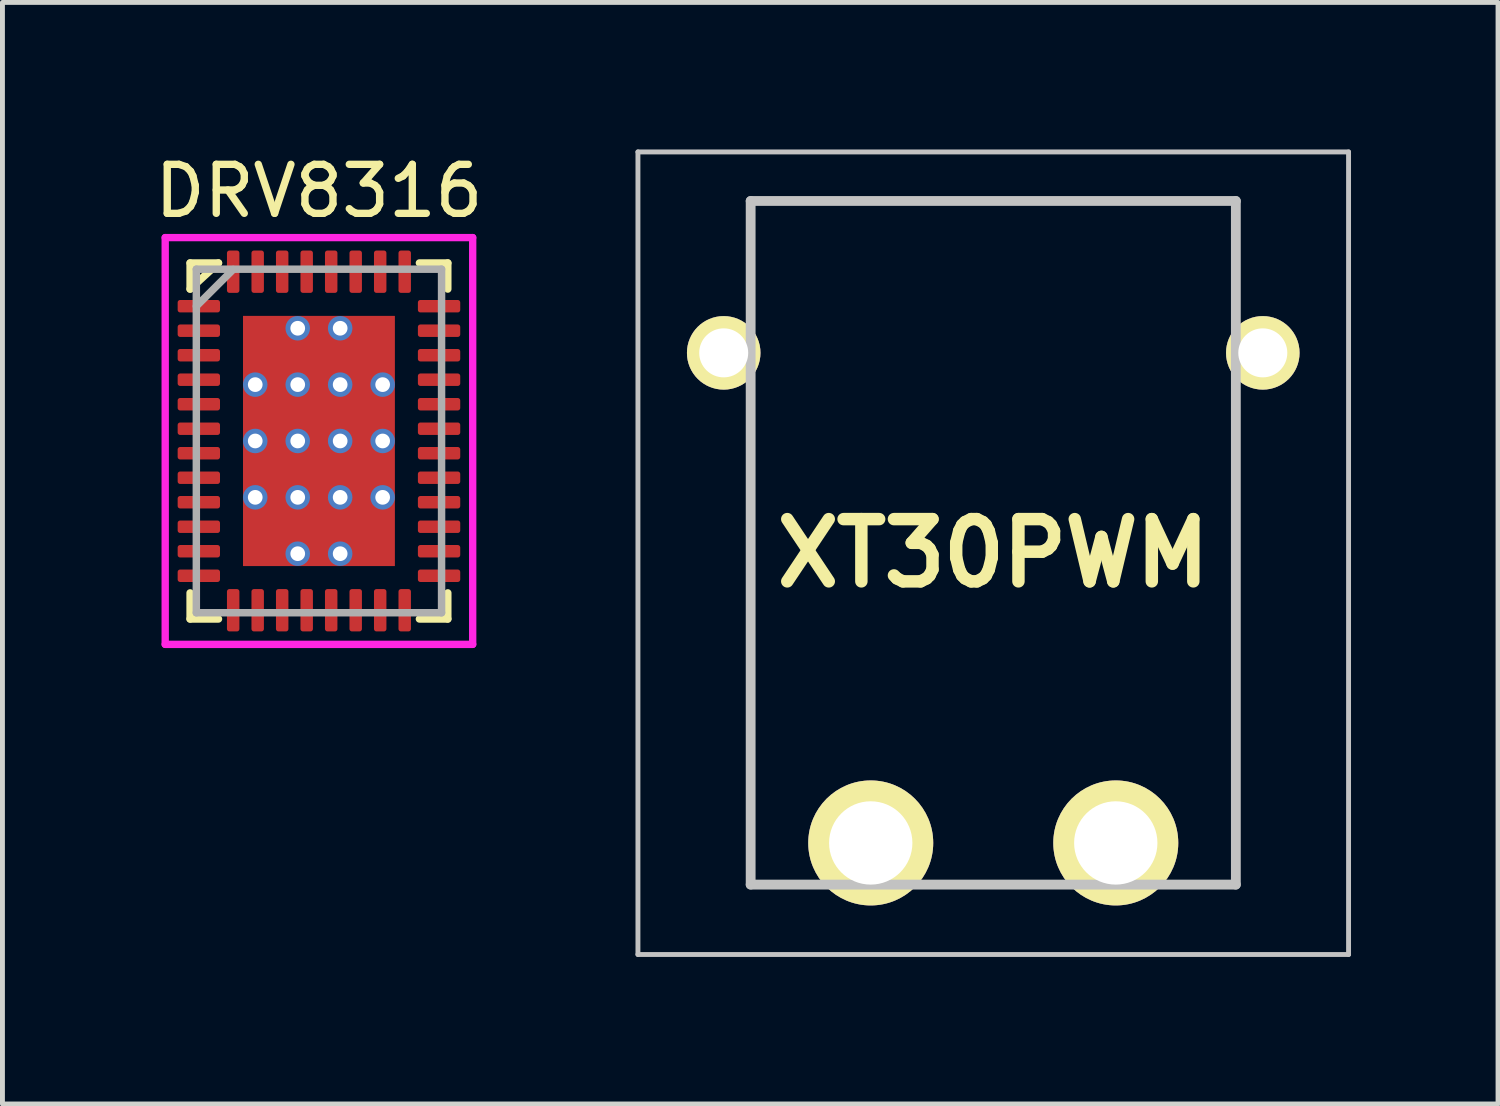
<source format=kicad_pcb>
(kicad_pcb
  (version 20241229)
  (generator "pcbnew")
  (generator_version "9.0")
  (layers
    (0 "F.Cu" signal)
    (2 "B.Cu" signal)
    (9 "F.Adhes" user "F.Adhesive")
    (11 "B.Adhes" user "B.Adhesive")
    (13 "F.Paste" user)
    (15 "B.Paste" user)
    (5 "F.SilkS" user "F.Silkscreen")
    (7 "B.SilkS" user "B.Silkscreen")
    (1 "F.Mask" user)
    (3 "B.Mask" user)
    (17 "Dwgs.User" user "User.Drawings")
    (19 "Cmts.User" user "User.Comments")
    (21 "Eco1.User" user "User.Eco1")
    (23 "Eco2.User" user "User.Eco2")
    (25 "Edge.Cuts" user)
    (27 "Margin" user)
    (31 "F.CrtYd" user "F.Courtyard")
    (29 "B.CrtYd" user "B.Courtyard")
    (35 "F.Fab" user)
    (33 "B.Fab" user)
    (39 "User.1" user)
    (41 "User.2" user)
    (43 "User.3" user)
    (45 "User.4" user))
  (footprint "DRV8316"
    (layer "F.Cu")
    (at 3.458 5.948)
    (property "Reference" "DRV8316" (at 0 -5.1 0) (layer "F.SilkS") (effects (font (size 1 1) (thickness 0.15))))
    (attr through_hole)
    (fp_line (start -2.629 -3.632) (end -2.629 -3.1) (stroke (width 0.152) (type solid)) (layer "F.SilkS"))
    (fp_line (start -2.629 -3.1) (end -2.05 -3.632) (stroke (width 0.152) (type solid)) (layer "F.SilkS"))
    (fp_line (start -2.629 3.1) (end -2.629 3.632) (stroke (width 0.152) (type solid)) (layer "F.SilkS"))
    (fp_line (start -2.629 3.632) (end -2.05 3.632) (stroke (width 0.152) (type solid)) (layer "F.SilkS"))
    (fp_line (start -2.05 -3.632) (end -2.629 -3.632) (stroke (width 0.152) (type solid)) (layer "F.SilkS"))
    (fp_line (start 2.05 3.632) (end 2.629 3.632) (stroke (width 0.152) (type solid)) (layer "F.SilkS"))
    (fp_line (start 2.629 -3.632) (end 2.05 -3.632) (stroke (width 0.152) (type solid)) (layer "F.SilkS"))
    (fp_line (start 2.629 -3.1) (end 2.629 -3.632) (stroke (width 0.152) (type solid)) (layer "F.SilkS"))
    (fp_line (start 2.629 3.632) (end 2.629 3.1) (stroke (width 0.152) (type solid)) (layer "F.SilkS"))
    (fp_poly (pts (xy -0.6 -1.375) (xy -1.15 -1.375) (xy -1.15 -2.125) (xy -0.6 -2.125)) (stroke (width 0.1) (type solid)) (fill yes) (layer "F.Paste"))
    (fp_poly (pts (xy -0.6 -0.208) (xy -1.15 -0.208) (xy -1.15 -0.958) (xy -0.6 -0.958)) (stroke (width 0.1) (type solid)) (fill yes) (layer "F.Paste"))
    (fp_poly (pts (xy -0.6 0.958) (xy -1.15 0.958) (xy -1.15 0.208) (xy -0.6 0.208)) (stroke (width 0.1) (type solid)) (fill yes) (layer "F.Paste"))
    (fp_poly (pts (xy -0.6 2.125) (xy -1.15 2.125) (xy -1.15 1.375) (xy -0.6 1.375)) (stroke (width 0.1) (type solid)) (fill yes) (layer "F.Paste"))
    (fp_poly (pts (xy 0.275 -1.375) (xy -0.275 -1.375) (xy -0.275 -2.125) (xy 0.275 -2.125)) (stroke (width 0.1) (type solid)) (fill yes) (layer "F.Paste"))
    (fp_poly (pts (xy 0.275 -0.208) (xy -0.275 -0.208) (xy -0.275 -0.958) (xy 0.275 -0.958)) (stroke (width 0.1) (type solid)) (fill yes) (layer "F.Paste"))
    (fp_poly (pts (xy 0.275 0.958) (xy -0.275 0.958) (xy -0.275 0.208) (xy 0.275 0.208)) (stroke (width 0.1) (type solid)) (fill yes) (layer "F.Paste"))
    (fp_poly (pts (xy 0.275 2.125) (xy -0.275 2.125) (xy -0.275 1.375) (xy 0.275 1.375)) (stroke (width 0.1) (type solid)) (fill yes) (layer "F.Paste"))
    (fp_poly (pts (xy 1.15 -1.375) (xy 0.6 -1.375) (xy 0.6 -2.125) (xy 1.15 -2.125)) (stroke (width 0.1) (type solid)) (fill yes) (layer "F.Paste"))
    (fp_poly (pts (xy 1.15 -0.208) (xy 0.6 -0.208) (xy 0.6 -0.958) (xy 1.15 -0.958)) (stroke (width 0.1) (type solid)) (fill yes) (layer "F.Paste"))
    (fp_poly (pts (xy 1.15 0.958) (xy 0.6 0.958) (xy 0.6 0.208) (xy 1.15 0.208)) (stroke (width 0.1) (type solid)) (fill yes) (layer "F.Paste"))
    (fp_poly (pts (xy 1.15 2.125) (xy 0.6 2.125) (xy 0.6 1.375) (xy 1.15 1.375)) (stroke (width 0.1) (type solid)) (fill yes) (layer "F.Paste"))
    (fp_line (start -3.137 -4.15) (end 3.137 -4.15) (stroke (width 0.15) (type solid)) (layer "F.CrtYd"))
    (fp_line (start -3.137 4.15) (end -3.137 -4.15) (stroke (width 0.15) (type solid)) (layer "F.CrtYd"))
    (fp_line (start 3.137 -4.15) (end 3.137 4.15) (stroke (width 0.15) (type solid)) (layer "F.CrtYd"))
    (fp_line (start 3.137 4.15) (end -3.137 4.15) (stroke (width 0.15) (type solid)) (layer "F.CrtYd"))
    (fp_line (start -2.502 -3.505) (end -2.502 3.505) (stroke (width 0.152) (type solid)) (layer "F.Fab"))
    (fp_line (start -2.502 -2.75) (end -1.75 -3.5) (stroke (width 0.152) (type solid)) (layer "F.Fab"))
    (fp_line (start -2.502 3.505) (end 2.502 3.505) (stroke (width 0.152) (type solid)) (layer "F.Fab"))
    (fp_line (start 2.502 -3.505) (end -2.502 -3.505) (stroke (width 0.152) (type solid)) (layer "F.Fab"))
    (fp_line (start 2.502 3.505) (end 2.502 -3.505) (stroke (width 0.152) (type solid)) (layer "F.Fab"))
    (pad "1" smd roundrect (at -2.451 -2.75 90) (size 0.254 0.864) (layers "F.Cu" "F.Mask" "F.Paste") (roundrect_rratio 0.197))
    (pad "2" smd roundrect (at -2.451 -2.25 90) (size 0.254 0.864) (layers "F.Cu" "F.Mask" "F.Paste") (roundrect_rratio 0.197))
    (pad "3" smd roundrect (at -2.451 -1.75 90) (size 0.254 0.864) (layers "F.Cu" "F.Mask" "F.Paste") (roundrect_rratio 0.197))
    (pad "4" smd roundrect (at -2.451 -1.25 90) (size 0.254 0.864) (layers "F.Cu" "F.Mask" "F.Paste") (roundrect_rratio 0.197))
    (pad "5" smd roundrect (at -2.451 -0.75 90) (size 0.254 0.864) (layers "F.Cu" "F.Mask" "F.Paste") (roundrect_rratio 0.197))
    (pad "6" smd roundrect (at -2.451 -0.25 90) (size 0.254 0.864) (layers "F.Cu" "F.Mask" "F.Paste") (roundrect_rratio 0.197))
    (pad "7" smd roundrect (at -2.451 0.25 90) (size 0.254 0.864) (layers "F.Cu" "F.Mask" "F.Paste") (roundrect_rratio 0.197))
    (pad "8" smd roundrect (at -2.451 0.75 90) (size 0.254 0.864) (layers "F.Cu" "F.Mask" "F.Paste") (roundrect_rratio 0.197))
    (pad "9" smd roundrect (at -2.451 1.25 90) (size 0.254 0.864) (layers "F.Cu" "F.Mask" "F.Paste") (roundrect_rratio 0.197))
    (pad "10" smd roundrect (at -2.451 1.75 90) (size 0.254 0.864) (layers "F.Cu" "F.Mask" "F.Paste") (roundrect_rratio 0.197))
    (pad "11" smd roundrect (at -2.451 2.25 90) (size 0.254 0.864) (layers "F.Cu" "F.Mask" "F.Paste") (roundrect_rratio 0.197))
    (pad "12" smd roundrect (at -2.451 2.75 90) (size 0.254 0.864) (layers "F.Cu" "F.Mask" "F.Paste") (roundrect_rratio 0.197))
    (pad "13" smd roundrect (at -1.75 3.454) (size 0.254 0.864) (layers "F.Cu" "F.Mask" "F.Paste") (roundrect_rratio 0.197))
    (pad "14" smd roundrect (at -1.25 3.454) (size 0.254 0.864) (layers "F.Cu" "F.Mask" "F.Paste") (roundrect_rratio 0.197))
    (pad "15" smd roundrect (at -0.75 3.454) (size 0.254 0.864) (layers "F.Cu" "F.Mask" "F.Paste") (roundrect_rratio 0.197))
    (pad "16" smd roundrect (at -0.25 3.454) (size 0.254 0.864) (layers "F.Cu" "F.Mask" "F.Paste") (roundrect_rratio 0.197))
    (pad "17" smd roundrect (at 0.25 3.454) (size 0.254 0.864) (layers "F.Cu" "F.Mask" "F.Paste") (roundrect_rratio 0.197))
    (pad "18" smd roundrect (at 0.75 3.454) (size 0.254 0.864) (layers "F.Cu" "F.Mask" "F.Paste") (roundrect_rratio 0.197))
    (pad "19" smd roundrect (at 1.25 3.454) (size 0.254 0.864) (layers "F.Cu" "F.Mask" "F.Paste") (roundrect_rratio 0.197))
    (pad "20" smd roundrect (at 1.75 3.454) (size 0.254 0.864) (layers "F.Cu" "F.Mask" "F.Paste") (roundrect_rratio 0.197))
    (pad "21" smd roundrect (at 2.451 2.75 90) (size 0.254 0.864) (layers "F.Cu" "F.Mask" "F.Paste") (roundrect_rratio 0.197))
    (pad "22" smd roundrect (at 2.451 2.25 90) (size 0.254 0.864) (layers "F.Cu" "F.Mask" "F.Paste") (roundrect_rratio 0.197))
    (pad "23" smd roundrect (at 2.451 1.75 90) (size 0.254 0.864) (layers "F.Cu" "F.Mask" "F.Paste") (roundrect_rratio 0.197))
    (pad "24" smd roundrect (at 2.451 1.25 90) (size 0.254 0.864) (layers "F.Cu" "F.Mask" "F.Paste") (roundrect_rratio 0.197))
    (pad "25" smd roundrect (at 2.451 0.75 90) (size 0.254 0.864) (layers "F.Cu" "F.Mask" "F.Paste") (roundrect_rratio 0.197))
    (pad "26" smd roundrect (at 2.451 0.25 90) (size 0.254 0.864) (layers "F.Cu" "F.Mask" "F.Paste") (roundrect_rratio 0.197))
    (pad "27" smd roundrect (at 2.451 -0.25 90) (size 0.254 0.864) (layers "F.Cu" "F.Mask" "F.Paste") (roundrect_rratio 0.197))
    (pad "28" smd roundrect (at 2.451 -0.75 90) (size 0.254 0.864) (layers "F.Cu" "F.Mask" "F.Paste") (roundrect_rratio 0.197))
    (pad "29" smd roundrect (at 2.451 -1.25 90) (size 0.254 0.864) (layers "F.Cu" "F.Mask" "F.Paste") (roundrect_rratio 0.197))
    (pad "30" smd roundrect (at 2.451 -1.75 90) (size 0.254 0.864) (layers "F.Cu" "F.Mask" "F.Paste") (roundrect_rratio 0.197))
    (pad "31" smd roundrect (at 2.451 -2.25 90) (size 0.254 0.864) (layers "F.Cu" "F.Mask" "F.Paste") (roundrect_rratio 0.197))
    (pad "32" smd roundrect (at 2.451 -2.75 90) (size 0.254 0.864) (layers "F.Cu" "F.Mask" "F.Paste") (roundrect_rratio 0.197))
    (pad "33" smd roundrect (at 1.75 -3.454) (size 0.254 0.864) (layers "F.Cu" "F.Mask" "F.Paste") (roundrect_rratio 0.197))
    (pad "34" smd roundrect (at 1.25 -3.454) (size 0.254 0.864) (layers "F.Cu" "F.Mask" "F.Paste") (roundrect_rratio 0.197))
    (pad "35" smd roundrect (at 0.75 -3.454) (size 0.254 0.864) (layers "F.Cu" "F.Mask" "F.Paste") (roundrect_rratio 0.197))
    (pad "36" smd roundrect (at 0.25 -3.454) (size 0.254 0.864) (layers "F.Cu" "F.Mask" "F.Paste") (roundrect_rratio 0.197))
    (pad "37" smd roundrect (at -0.25 -3.454) (size 0.254 0.864) (layers "F.Cu" "F.Mask" "F.Paste") (roundrect_rratio 0.197))
    (pad "38" smd roundrect (at -0.75 -3.454) (size 0.254 0.864) (layers "F.Cu" "F.Mask" "F.Paste") (roundrect_rratio 0.197))
    (pad "39" smd roundrect (at -1.25 -3.454) (size 0.254 0.864) (layers "F.Cu" "F.Mask" "F.Paste") (roundrect_rratio 0.197))
    (pad "40" smd roundrect (at -1.75 -3.454) (size 0.254 0.864) (layers "F.Cu" "F.Mask" "F.Paste") (roundrect_rratio 0.197))
    (pad "41" thru_hole circle (at -1.3 -1.15) (size 0.5 0.5) (drill 0.3) (layers "*.Cu"))
    (pad "41" thru_hole circle (at -1.3 0) (size 0.5 0.5) (drill 0.3) (layers "*.Cu"))
    (pad "41" thru_hole circle (at -1.3 1.15) (size 0.5 0.5) (drill 0.3) (layers "*.Cu"))
    (pad "41" thru_hole circle (at -0.433 -2.3) (size 0.5 0.5) (drill 0.3) (layers "*.Cu"))
    (pad "41" thru_hole circle (at -0.433 -1.15) (size 0.5 0.5) (drill 0.3) (layers "*.Cu"))
    (pad "41" thru_hole circle (at -0.433 0) (size 0.5 0.5) (drill 0.3) (layers "*.Cu"))
    (pad "41" thru_hole circle (at -0.433 1.15) (size 0.5 0.5) (drill 0.3) (layers "*.Cu"))
    (pad "41" thru_hole circle (at -0.433 2.3) (size 0.5 0.5) (drill 0.3) (layers "*.Cu"))
    (pad "41" smd rect (at 0 0) (size 3.099 5.105) (layers "F.Cu" "F.Mask"))
    (pad "41" thru_hole circle (at 0.433 -2.3) (size 0.5 0.5) (drill 0.3) (layers "*.Cu"))
    (pad "41" thru_hole circle (at 0.433 -1.15) (size 0.5 0.5) (drill 0.3) (layers "*.Cu"))
    (pad "41" thru_hole circle (at 0.433 0) (size 0.5 0.5) (drill 0.3) (layers "*.Cu"))
    (pad "41" thru_hole circle (at 0.433 1.15) (size 0.5 0.5) (drill 0.3) (layers "*.Cu"))
    (pad "41" thru_hole circle (at 0.433 2.3) (size 0.5 0.5) (drill 0.3) (layers "*.Cu"))
    (pad "41" thru_hole circle (at 1.3 -1.15) (size 0.5 0.5) (drill 0.3) (layers "*.Cu"))
    (pad "41" thru_hole circle (at 1.3 0) (size 0.5 0.5) (drill 0.3) (layers "*.Cu"))
    (pad "41" thru_hole circle (at 1.3 1.15) (size 0.5 0.5) (drill 0.3) (layers "*.Cu")))
  (footprint "XT30PWM"
    (layer "F.Cu")
    (at 17.217 8.238)
    (property "Reference" "XT30PWM" (at 0 0 0) (layer "F.SilkS") (effects (font (size 1.27 1.27) (thickness 0.254))))
    (attr through_hole)
    (fp_line (start -4.95 -7.187) (end 4.95 -7.187) (stroke (width 0.1) (type solid)) (layer "F.SilkS"))
    (fp_line (start -4.95 -5.237) (end -4.95 -7.187) (stroke (width 0.1) (type solid)) (layer "F.SilkS"))
    (fp_line (start -4.95 -2.737) (end -4.95 6.762) (stroke (width 0.1) (type solid)) (layer "F.SilkS"))
    (fp_line (start -4.95 6.762) (end -4 6.762) (stroke (width 0.1) (type solid)) (layer "F.SilkS"))
    (fp_line (start 4 6.762) (end 4.95 6.762) (stroke (width 0.1) (type solid)) (layer "F.SilkS"))
    (fp_line (start 4.95 -7.187) (end 4.95 -5.237) (stroke (width 0.1) (type solid)) (layer "F.SilkS"))
    (fp_line (start 4.95 6.762) (end 4.95 -2.737) (stroke (width 0.1) (type solid)) (layer "F.SilkS"))
    (fp_line (start -7.25 -8.188) (end 7.25 -8.188) (stroke (width 0.1) (type solid)) (layer "Dwgs.User"))
    (fp_line (start -7.25 8.188) (end -7.25 -8.188) (stroke (width 0.1) (type solid)) (layer "Dwgs.User"))
    (fp_line (start -4.95 -7.187) (end 4.95 -7.187) (stroke (width 0.2) (type solid)) (layer "Dwgs.User"))
    (fp_line (start -4.95 6.762) (end -4.95 -7.187) (stroke (width 0.2) (type solid)) (layer "Dwgs.User"))
    (fp_line (start 4.95 -7.187) (end 4.95 6.762) (stroke (width 0.2) (type solid)) (layer "Dwgs.User"))
    (fp_line (start 4.95 6.762) (end -4.95 6.762) (stroke (width 0.2) (type solid)) (layer "Dwgs.User"))
    (fp_line (start 7.25 -8.188) (end 7.25 8.188) (stroke (width 0.1) (type solid)) (layer "Dwgs.User"))
    (fp_line (start 7.25 8.188) (end -7.25 8.188) (stroke (width 0.1) (type solid)) (layer "Dwgs.User"))
    (pad "1" thru_hole circle (at -2.5 5.912 90) (size 2.55 2.55) (drill 1.7) (layers "*.Cu" "*.Mask" "F.SilkS"))
    (pad "2" thru_hole circle (at 2.5 5.912 90) (size 2.55 2.55) (drill 1.7) (layers "*.Cu" "*.Mask" "F.SilkS"))
    (pad "3" thru_hole circle (at 5.5 -4.088 90) (size 1.5 1.5) (drill 1) (layers "*.Cu" "*.Mask" "F.SilkS"))
    (pad "4" thru_hole circle (at -5.5 -4.088 90) (size 1.5 1.5) (drill 1) (layers "*.Cu" "*.Mask" "F.SilkS")))
  (gr_rect
    (start -3 -3)
    (end 27.517 19.476)
    (stroke (width 0.1) (type default))
    (fill no)
    (layer "Edge.Cuts")))
</source>
